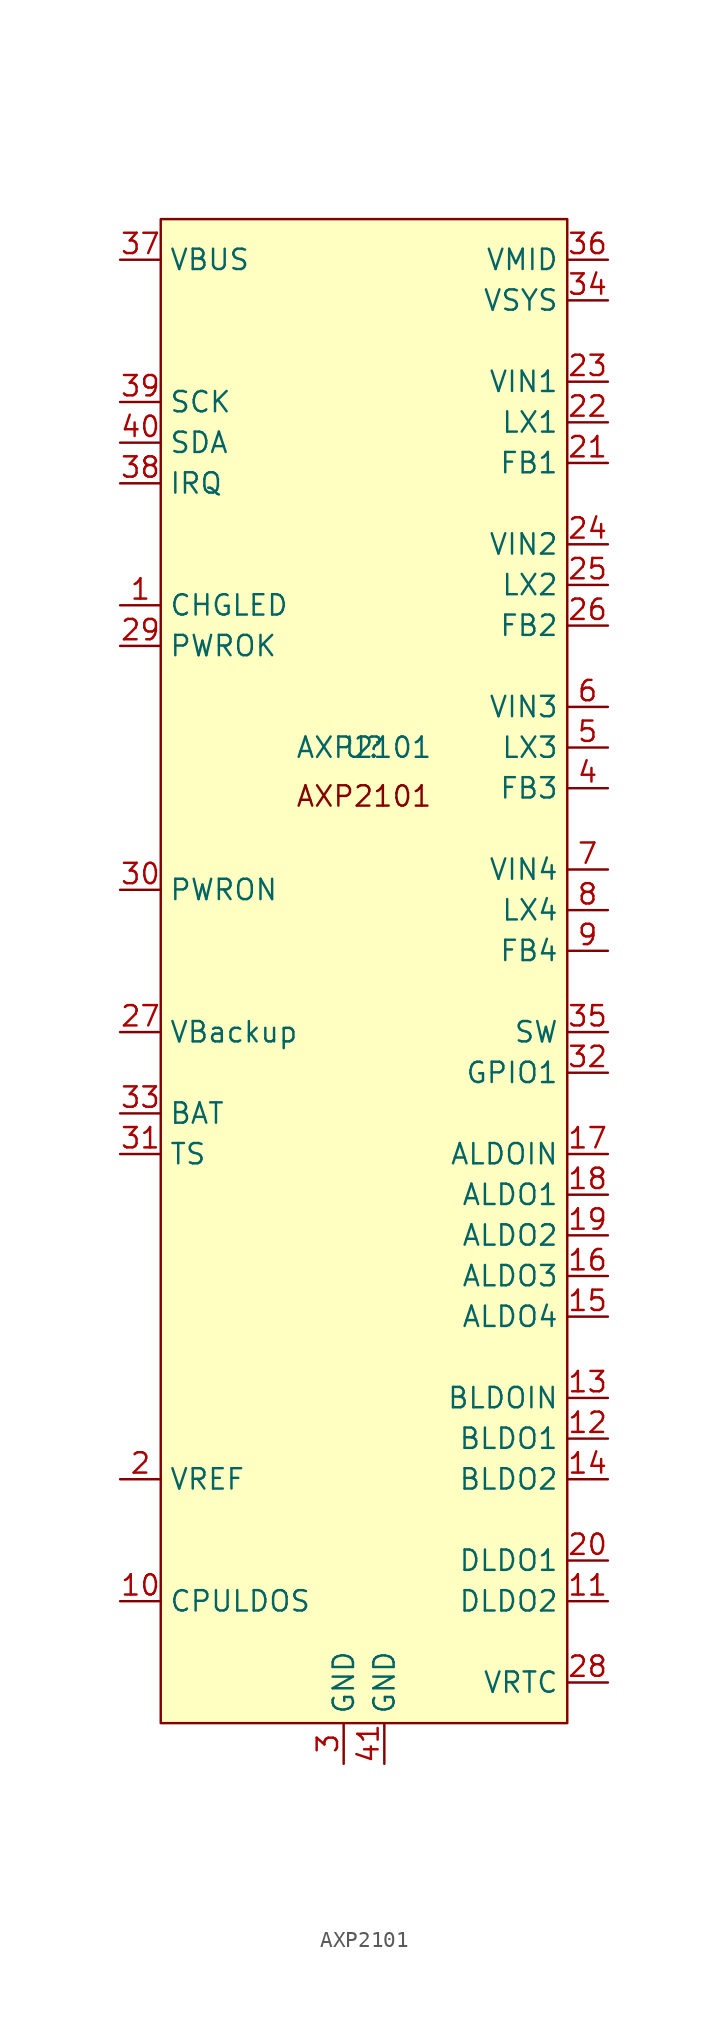
<source format=kicad_sym>
(kicad_symbol_lib
  (version 20241209)
  (generator "kicad_symbol_editor")
  (generator_version "9.0")
  (symbol "AXP2101"
    (property "Reference" "U"
      (at 0 0 0)
      (effects (font (size 1.27 1.27))))
    (property "Value" "AXP2101"
      (at 0 0 0)
      (effects (font (size 1.27 1.27))))
    (symbol "AXP2101_1_1"
      (rectangle (start -12.7 33.02) (end 12.7 -60.96) (stroke (width 0) (type solid)) (fill (type background)))
      (text "AXP2101" (at 0 -3.048 0) (effects (font (size 1.27 1.27))))
      (pin power_in line (at -15.24 30.48 0) (length 2.54) (name "VBUS" (effects (font (size 1.27 1.27)))) (number "37" (effects (font (size 1.27 1.27)))))
      (pin input line (at -15.24 21.59 0) (length 2.54) (name "SCK" (effects (font (size 1.27 1.27)))) (number "39" (effects (font (size 1.27 1.27)))))
      (pin bidirectional line (at -15.24 19.05 0) (length 2.54) (name "SDA" (effects (font (size 1.27 1.27)))) (number "40" (effects (font (size 1.27 1.27)))))
      (pin output line (at -15.24 16.51 0) (length 2.54) (name "IRQ" (effects (font (size 1.27 1.27)))) (number "38" (effects (font (size 1.27 1.27)))))
      (pin output line (at -15.24 8.89 0) (length 2.54) (name "CHGLED" (effects (font (size 1.27 1.27)))) (number "1" (effects (font (size 1.27 1.27)))))
      (pin output line (at -15.24 6.35 0) (length 2.54) (name "PWROK" (effects (font (size 1.27 1.27)))) (number "29" (effects (font (size 1.27 1.27)))))
      (pin input line (at -15.24 -8.89 0) (length 2.54) (name "PWRON" (effects (font (size 1.27 1.27)))) (number "30" (effects (font (size 1.27 1.27)))))
      (pin power_in line (at -15.24 -17.78 0) (length 2.54) (name "VBackup" (effects (font (size 1.27 1.27)))) (number "27" (effects (font (size 1.27 1.27)))))
      (pin output line (at -15.24 -22.86 0) (length 2.54) (name "BAT" (effects (font (size 1.27 1.27)))) (number "33" (effects (font (size 1.27 1.27)))))
      (pin output line (at -15.24 -25.4 0) (length 2.54) (name "TS" (effects (font (size 1.27 1.27)))) (number "31" (effects (font (size 1.27 1.27)))))
      (pin bidirectional line (at -15.24 -45.72 0) (length 2.54) (name "VREF" (effects (font (size 1.27 1.27)))) (number "2" (effects (font (size 1.27 1.27)))))
      (pin output line (at -15.24 -53.34 0) (length 2.54) (name "CPULDOS" (effects (font (size 1.27 1.27)))) (number "10" (effects (font (size 1.27 1.27)))))
      (pin power_in line (at -1.27 -63.5 90) (length 2.54) (name "GND" (effects (font (size 1.27 1.27)))) (number "3" (effects (font (size 1.27 1.27)))))
      (pin output line (at 1.27 -63.5 90) (length 2.54) (name "GND" (effects (font (size 1.27 1.27)))) (number "41" (effects (font (size 1.27 1.27)))))
      (pin output line (at 15.24 30.48 180) (length 2.54) (name "VMID" (effects (font (size 1.27 1.27)))) (number "36" (effects (font (size 1.27 1.27)))))
      (pin output line (at 15.24 27.94 180) (length 2.54) (name "VSYS" (effects (font (size 1.27 1.27)))) (number "34" (effects (font (size 1.27 1.27)))))
      (pin output line (at 15.24 22.86 180) (length 2.54) (name "VIN1" (effects (font (size 1.27 1.27)))) (number "23" (effects (font (size 1.27 1.27)))))
      (pin output line (at 15.24 20.32 180) (length 2.54) (name "LX1" (effects (font (size 1.27 1.27)))) (number "22" (effects (font (size 1.27 1.27)))))
      (pin output line (at 15.24 17.78 180) (length 2.54) (name "FB1" (effects (font (size 1.27 1.27)))) (number "21" (effects (font (size 1.27 1.27)))))
      (pin output line (at 15.24 12.7 180) (length 2.54) (name "VIN2" (effects (font (size 1.27 1.27)))) (number "24" (effects (font (size 1.27 1.27)))))
      (pin output line (at 15.24 10.16 180) (length 2.54) (name "LX2" (effects (font (size 1.27 1.27)))) (number "25" (effects (font (size 1.27 1.27)))))
      (pin output line (at 15.24 7.62 180) (length 2.54) (name "FB2" (effects (font (size 1.27 1.27)))) (number "26" (effects (font (size 1.27 1.27)))))
      (pin input line (at 15.24 2.54 180) (length 2.54) (name "VIN3" (effects (font (size 1.27 1.27)))) (number "6" (effects (font (size 1.27 1.27)))))
      (pin output line (at 15.24 0 180) (length 2.54) (name "LX3" (effects (font (size 1.27 1.27)))) (number "5" (effects (font (size 1.27 1.27)))))
      (pin input line (at 15.24 -2.54 180) (length 2.54) (name "FB3" (effects (font (size 1.27 1.27)))) (number "4" (effects (font (size 1.27 1.27)))))
      (pin input line (at 15.24 -7.62 180) (length 2.54) (name "VIN4" (effects (font (size 1.27 1.27)))) (number "7" (effects (font (size 1.27 1.27)))))
      (pin output line (at 15.24 -10.16 180) (length 2.54) (name "LX4" (effects (font (size 1.27 1.27)))) (number "8" (effects (font (size 1.27 1.27)))))
      (pin input line (at 15.24 -12.7 180) (length 2.54) (name "FB4" (effects (font (size 1.27 1.27)))) (number "9" (effects (font (size 1.27 1.27)))))
      (pin output line (at 15.24 -17.78 180) (length 2.54) (name "SW" (effects (font (size 1.27 1.27)))) (number "35" (effects (font (size 1.27 1.27)))))
      (pin output line (at 15.24 -20.32 180) (length 2.54) (name "GPIO1" (effects (font (size 1.27 1.27)))) (number "32" (effects (font (size 1.27 1.27)))))
      (pin output line (at 15.24 -25.4 180) (length 2.54) (name "ALDOIN" (effects (font (size 1.27 1.27)))) (number "17" (effects (font (size 1.27 1.27)))))
      (pin output line (at 15.24 -27.94 180) (length 2.54) (name "ALDO1" (effects (font (size 1.27 1.27)))) (number "18" (effects (font (size 1.27 1.27)))))
      (pin output line (at 15.24 -30.48 180) (length 2.54) (name "ALDO2" (effects (font (size 1.27 1.27)))) (number "19" (effects (font (size 1.27 1.27)))))
      (pin output line (at 15.24 -33.02 180) (length 2.54) (name "ALDO3" (effects (font (size 1.27 1.27)))) (number "16" (effects (font (size 1.27 1.27)))))
      (pin output line (at 15.24 -35.56 180) (length 2.54) (name "ALDO4" (effects (font (size 1.27 1.27)))) (number "15" (effects (font (size 1.27 1.27)))))
      (pin input line (at 15.24 -40.64 180) (length 2.54) (name "BLDOIN" (effects (font (size 1.27 1.27)))) (number "13" (effects (font (size 1.27 1.27)))))
      (pin output line (at 15.24 -43.18 180) (length 2.54) (name "BLDO1" (effects (font (size 1.27 1.27)))) (number "12" (effects (font (size 1.27 1.27)))))
      (pin output line (at 15.24 -45.72 180) (length 2.54) (name "BLDO2" (effects (font (size 1.27 1.27)))) (number "14" (effects (font (size 1.27 1.27)))))
      (pin output line (at 15.24 -50.8 180) (length 2.54) (name "DLDO1" (effects (font (size 1.27 1.27)))) (number "20" (effects (font (size 1.27 1.27)))))
      (pin output line (at 15.24 -53.34 180) (length 2.54) (name "DLDO2" (effects (font (size 1.27 1.27)))) (number "11" (effects (font (size 1.27 1.27)))))
      (pin output line (at 15.24 -58.42 180) (length 2.54) (name "VRTC" (effects (font (size 1.27 1.27)))) (number "28" (effects (font (size 1.27 1.27))))))))
</source>
